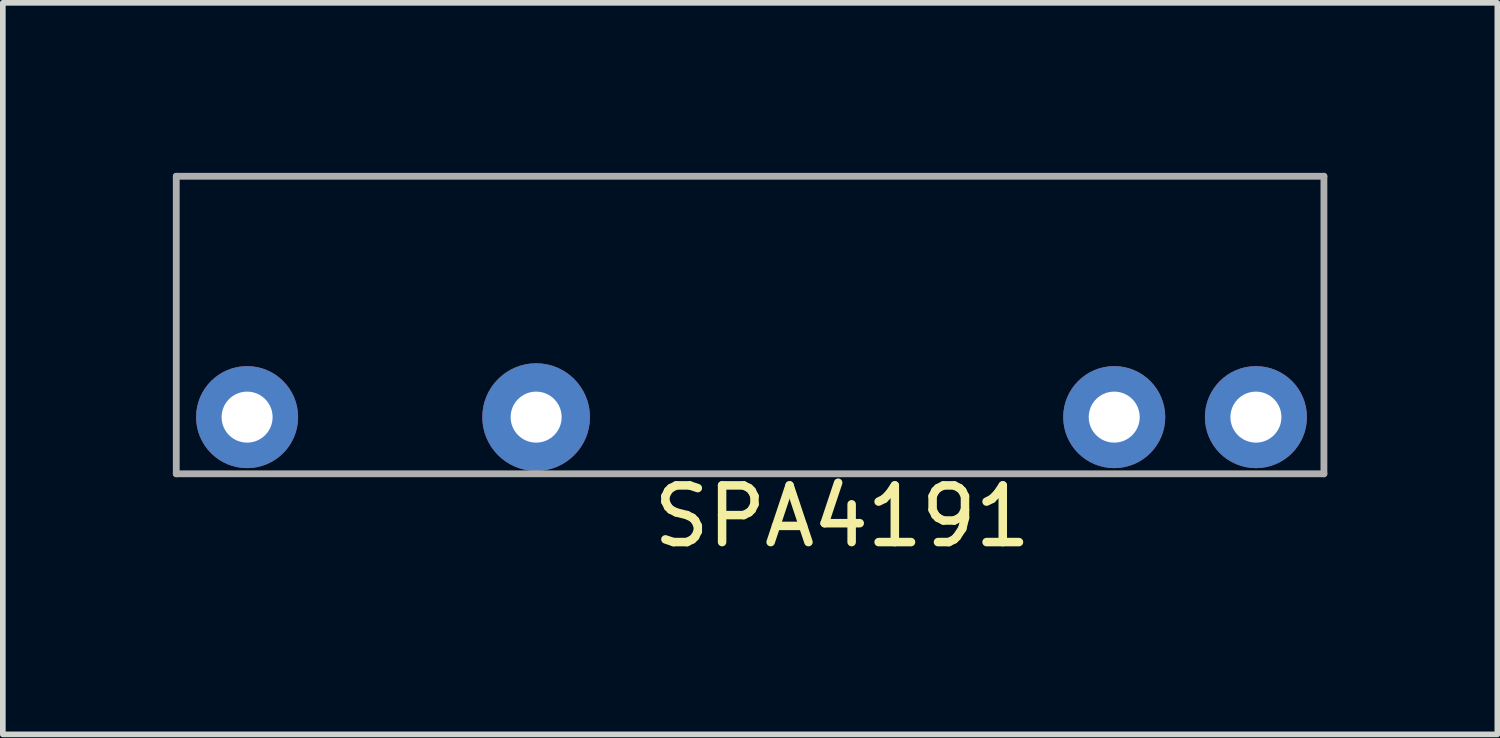
<source format=kicad_pcb>
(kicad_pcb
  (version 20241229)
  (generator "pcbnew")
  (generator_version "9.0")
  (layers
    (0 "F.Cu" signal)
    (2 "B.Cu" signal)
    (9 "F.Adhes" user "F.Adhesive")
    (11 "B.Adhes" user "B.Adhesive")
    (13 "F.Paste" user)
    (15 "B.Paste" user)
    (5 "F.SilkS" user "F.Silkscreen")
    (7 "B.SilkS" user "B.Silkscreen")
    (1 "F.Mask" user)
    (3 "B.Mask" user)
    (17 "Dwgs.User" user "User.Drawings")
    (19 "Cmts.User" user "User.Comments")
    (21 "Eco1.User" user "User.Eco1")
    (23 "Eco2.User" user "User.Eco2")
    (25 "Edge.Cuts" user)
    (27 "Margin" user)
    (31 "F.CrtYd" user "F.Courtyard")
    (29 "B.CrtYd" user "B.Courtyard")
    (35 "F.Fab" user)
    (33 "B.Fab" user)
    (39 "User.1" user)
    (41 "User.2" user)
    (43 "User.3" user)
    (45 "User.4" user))
  (footprint "SPA4191"
    (layer "F.Cu")
    (at 1.31 4.31)
    (property "Reference" "SPA4191" (at 10.5 1.75 0) (layer "F.SilkS") (effects (font (size 1 1) (thickness 0.15))))
    (attr through_hole)
    (fp_line (start -1.25 -4.25) (end -1.25 1) (stroke (width 0.12) (type solid)) (layer "F.Fab"))
    (fp_line (start -1.25 1) (end 19 1) (stroke (width 0.12) (type solid)) (layer "F.Fab"))
    (fp_line (start 19 -4.25) (end -1.25 -4.25) (stroke (width 0.12) (type solid)) (layer "F.Fab"))
    (fp_line (start 19 1) (end 19 -4.25) (stroke (width 0.12) (type solid)) (layer "F.Fab"))
    (pad "1" thru_hole circle (at 0 0) (size 1.8 1.8) (drill 0.9) (layers "*.Cu" "*.Mask"))
    (pad "2" thru_hole circle (at 5.1 0) (size 1.9 1.9) (drill 0.9) (layers "*.Cu" "*.Mask"))
    (pad "3" thru_hole circle (at 15.3 0) (size 1.8 1.8) (drill 0.9) (layers "*.Cu" "*.Mask"))
    (pad "4" thru_hole circle (at 17.8 0) (size 1.8 1.8) (drill 0.9) (layers "*.Cu" "*.Mask")))
  (gr_rect
    (start -3 -3)
    (end 23.37 9.908)
    (stroke (width 0.1) (type default))
    (fill no)
    (layer "Edge.Cuts")))
</source>
